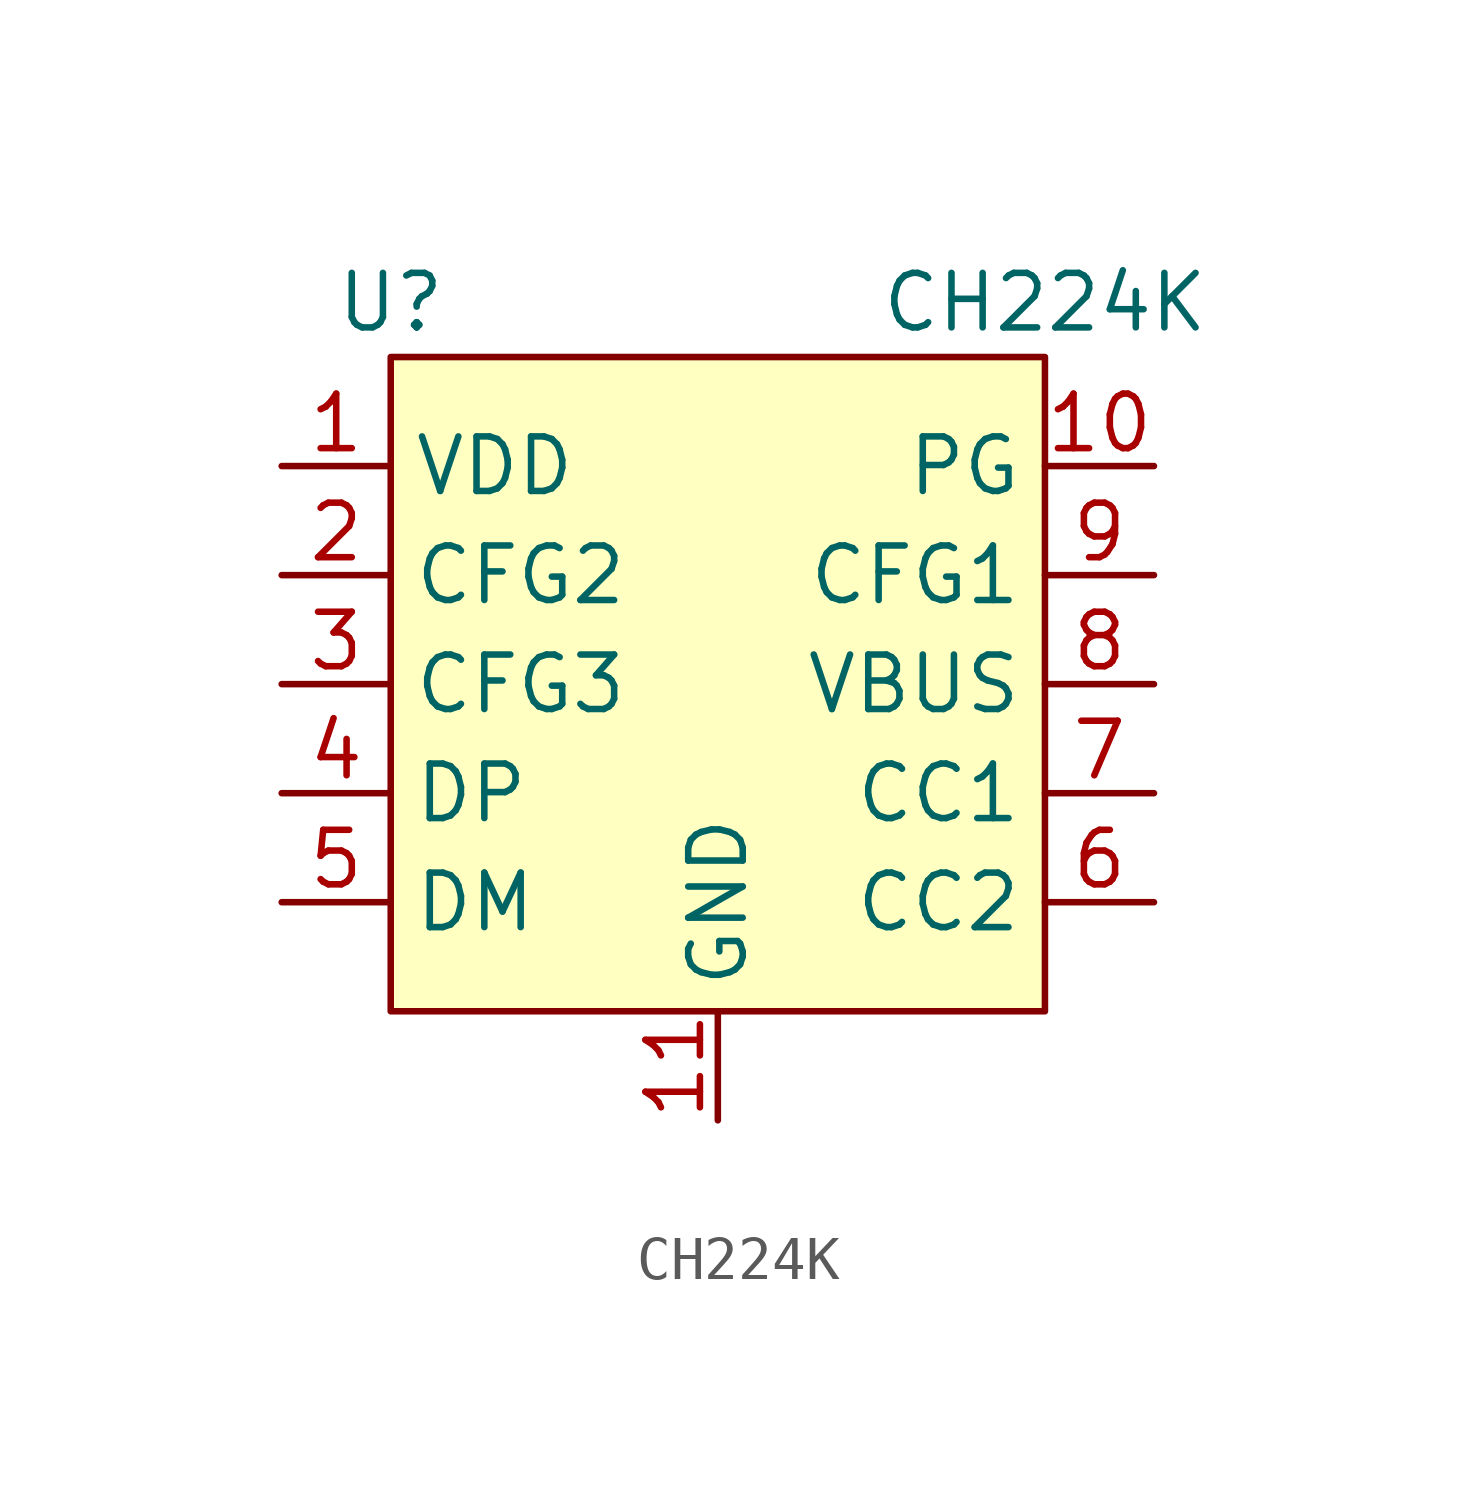
<source format=kicad_sym>
(kicad_symbol_lib
  (version 20231120)
  (generator "kicad_symbol_editor")
  (generator_version "8.0")
  (symbol "CH224K"
    (property "Reference" "U"
      (at -7.62 8.89 0)
      (effects (font (size 1.27 1.27))))
    (property "Value" "CH224K"
      (at 7.62 8.89 0)
      (effects (font (size 1.27 1.27))))
    (symbol "CH224K_1_1"
      (rectangle (start -7.62 7.62) (end 7.62 -7.62) (stroke (width 0) (type default)) (fill (type background)))
      (pin power_in line (at -10.16 5.08 0) (length 2.54) (name "VDD" (effects (font (size 1.27 1.27)))) (number "1" (effects (font (size 1.27 1.27)))))
      (pin open_collector line (at 10.16 5.08 180) (length 2.54) (name "PG" (effects (font (size 1.27 1.27)))) (number "10" (effects (font (size 1.27 1.27)))))
      (pin power_in line (at 0 -10.16 90) (length 2.54) (name "GND" (effects (font (size 1.27 1.27)))) (number "11" (effects (font (size 1.27 1.27)))))
      (pin input line (at -10.16 2.54 0) (length 2.54) (name "CFG2" (effects (font (size 1.27 1.27)))) (number "2" (effects (font (size 1.27 1.27)))))
      (pin input line (at -10.16 0 0) (length 2.54) (name "CFG3" (effects (font (size 1.27 1.27)))) (number "3" (effects (font (size 1.27 1.27)))))
      (pin bidirectional line (at -10.16 -2.54 0) (length 2.54) (name "DP" (effects (font (size 1.27 1.27)))) (number "4" (effects (font (size 1.27 1.27)))))
      (pin bidirectional line (at -10.16 -5.08 0) (length 2.54) (name "DM" (effects (font (size 1.27 1.27)))) (number "5" (effects (font (size 1.27 1.27)))))
      (pin bidirectional line (at 10.16 -5.08 180) (length 2.54) (name "CC2" (effects (font (size 1.27 1.27)))) (number "6" (effects (font (size 1.27 1.27)))))
      (pin bidirectional line (at 10.16 -2.54 180) (length 2.54) (name "CC1" (effects (font (size 1.27 1.27)))) (number "7" (effects (font (size 1.27 1.27)))))
      (pin power_in line (at 10.16 0 180) (length 2.54) (name "VBUS" (effects (font (size 1.27 1.27)))) (number "8" (effects (font (size 1.27 1.27)))))
      (pin input line (at 10.16 2.54 180) (length 2.54) (name "CFG1" (effects (font (size 1.27 1.27)))) (number "9" (effects (font (size 1.27 1.27))))))))
</source>
